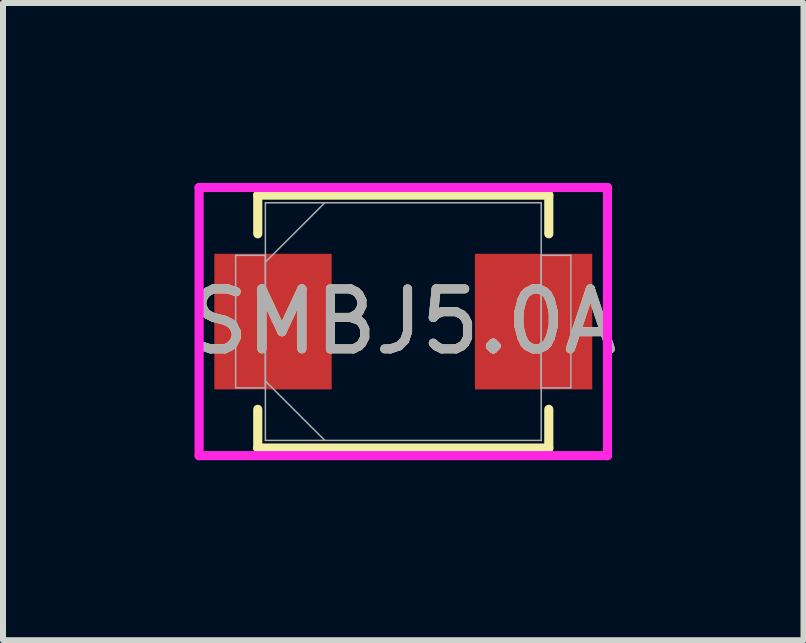
<source format=kicad_pcb>
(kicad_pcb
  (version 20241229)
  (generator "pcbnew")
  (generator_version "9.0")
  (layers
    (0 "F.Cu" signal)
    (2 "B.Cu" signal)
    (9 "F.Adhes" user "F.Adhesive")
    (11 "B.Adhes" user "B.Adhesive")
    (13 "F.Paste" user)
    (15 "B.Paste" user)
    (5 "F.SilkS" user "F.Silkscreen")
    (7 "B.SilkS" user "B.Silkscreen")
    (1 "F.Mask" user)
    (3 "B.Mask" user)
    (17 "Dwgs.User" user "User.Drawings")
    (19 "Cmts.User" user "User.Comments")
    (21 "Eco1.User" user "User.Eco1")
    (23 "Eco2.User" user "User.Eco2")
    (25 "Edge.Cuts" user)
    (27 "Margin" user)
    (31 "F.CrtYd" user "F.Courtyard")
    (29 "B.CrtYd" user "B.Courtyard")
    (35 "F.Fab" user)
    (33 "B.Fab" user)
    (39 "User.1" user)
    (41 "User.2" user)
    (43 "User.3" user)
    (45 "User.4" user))
  (footprint "SMBJ5.0A"
    (layer "F.Cu")
    (at 3.673 2.311)
    (property "Reference" "SMBJ5.0A" (at 0 0 0) (unlocked yes) (layer "F.SilkS") (effects (font (size 1 1) (thickness 0.15))))
    (attr smd)
    (fp_line (start -2.426 -2.108) (end -2.426 -1.463) (stroke (width 0.152) (type solid)) (layer "F.SilkS"))
    (fp_line (start -2.426 1.463) (end -2.426 2.108) (stroke (width 0.152) (type solid)) (layer "F.SilkS"))
    (fp_line (start -2.426 2.108) (end 2.426 2.108) (stroke (width 0.152) (type solid)) (layer "F.SilkS"))
    (fp_line (start 2.426 -2.108) (end -2.426 -2.108) (stroke (width 0.152) (type solid)) (layer "F.SilkS"))
    (fp_line (start 2.426 -1.463) (end 2.426 -2.108) (stroke (width 0.152) (type solid)) (layer "F.SilkS"))
    (fp_line (start 2.426 2.108) (end 2.426 1.463) (stroke (width 0.152) (type solid)) (layer "F.SilkS"))
    (fp_line (start -3.404 -2.235) (end 3.404 -2.235) (stroke (width 0.152) (type solid)) (layer "F.CrtYd"))
    (fp_line (start -3.404 2.235) (end -3.404 -2.235) (stroke (width 0.152) (type solid)) (layer "F.CrtYd"))
    (fp_line (start 3.404 -2.235) (end 3.404 2.235) (stroke (width 0.152) (type solid)) (layer "F.CrtYd"))
    (fp_line (start 3.404 2.235) (end -3.404 2.235) (stroke (width 0.152) (type solid)) (layer "F.CrtYd"))
    (fp_line (start -2.794 -1.105) (end -2.794 1.105) (stroke (width 0.025) (type solid)) (layer "F.Fab"))
    (fp_line (start -2.794 1.105) (end -2.299 1.105) (stroke (width 0.025) (type solid)) (layer "F.Fab"))
    (fp_line (start -2.299 -1.981) (end -2.299 1.981) (stroke (width 0.025) (type solid)) (layer "F.Fab"))
    (fp_line (start -2.299 -1.105) (end -2.794 -1.105) (stroke (width 0.025) (type solid)) (layer "F.Fab"))
    (fp_line (start -2.299 -0.991) (end -1.308 -1.981) (stroke (width 0.025) (type solid)) (layer "F.Fab"))
    (fp_line (start -2.299 0.991) (end -1.308 1.981) (stroke (width 0.025) (type solid)) (layer "F.Fab"))
    (fp_line (start -2.299 1.105) (end -2.299 -1.105) (stroke (width 0.025) (type solid)) (layer "F.Fab"))
    (fp_line (start -2.299 1.981) (end 2.299 1.981) (stroke (width 0.025) (type solid)) (layer "F.Fab"))
    (fp_line (start 2.299 -1.981) (end -2.299 -1.981) (stroke (width 0.025) (type solid)) (layer "F.Fab"))
    (fp_line (start 2.299 -1.105) (end 2.299 1.105) (stroke (width 0.025) (type solid)) (layer "F.Fab"))
    (fp_line (start 2.299 1.105) (end 2.794 1.105) (stroke (width 0.025) (type solid)) (layer "F.Fab"))
    (fp_line (start 2.299 1.981) (end 2.299 -1.981) (stroke (width 0.025) (type solid)) (layer "F.Fab"))
    (fp_line (start 2.794 -1.105) (end 2.299 -1.105) (stroke (width 0.025) (type solid)) (layer "F.Fab"))
    (fp_line (start 2.794 1.105) (end 2.794 -1.105) (stroke (width 0.025) (type solid)) (layer "F.Fab"))
    (fp_circle (center -2.172 0) (end -2.172 0) (stroke (width 0.025) (type solid)) (fill no) (layer "F.Fab"))
    (fp_text user "${REFERENCE}" (at 0 0 0) (unlocked yes) (layer "F.Fab") (effects (font (size 1 1) (thickness 0.15))))
    (pad "1" smd rect (at -2.172 0) (size 1.956 2.261) (layers "F.Cu" "F.Mask" "F.Paste"))
    (pad "2" smd rect (at 2.172 0) (size 1.956 2.261) (layers "F.Cu" "F.Mask" "F.Paste"))
    (zone (net_name "") (layer "F.Cu") (hatch full 0.508) (connect_pads) (min_thickness 0.254) (filled_areas_thickness no) (keepout (tracks not_allowed) (vias not_allowed) (pads allowed) (copperpour not_allowed) (footprints allowed)) (placement (enabled no)) (fill) (polygon (pts (xy 2.53 0.381) (xy 4.816 0.381) (xy 4.816 4.242) (xy 2.53 4.242)))))
  (gr_rect
    (start -3 -3)
    (end 10.345 7.623)
    (stroke (width 0.1) (type default))
    (fill no)
    (layer "Edge.Cuts")))
</source>
